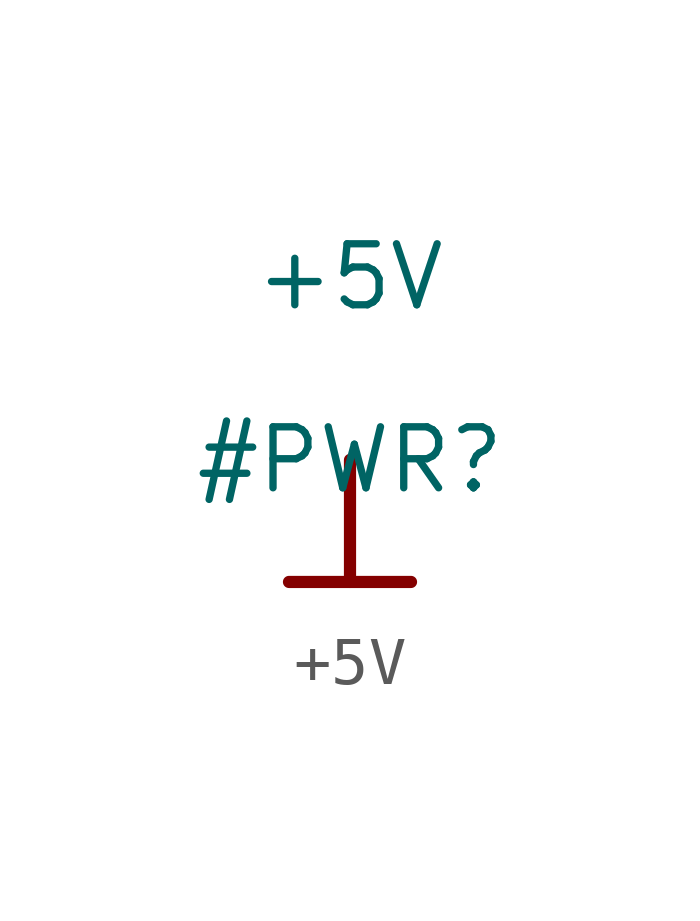
<source format=kicad_sym>
(kicad_symbol_lib
  (version 20211014)
  (generator kicad_symbol_editor)
  (symbol "+5V"
    (power)
    (property "Reference" "#PWR"
      (at 0 0 0)
      (effects (font (size 1.27 1.27))))
    (property "Value" "+5V"
      (at 0 3.81 0)
      (effects (font (size 1.27 1.27))))
    (symbol "+5V_0_0"
      (polyline (pts (xy -1.27 -2.54) (xy 1.27 -2.54)) (stroke (width 0.254) (type default) (color 0 0 0 0)) (fill (type none)))
      (polyline (pts (xy 0 0) (xy 0 -2.54)) (stroke (width 0.254) (type default) (color 0 0 0 0)) (fill (type none)))
      (pin power_in line (at 0 0 0) (length 0) hide (name "+5V" (effects (font (size 1.27 1.27)))) (number "" (effects (font (size 1.27 1.27))))))))
</source>
